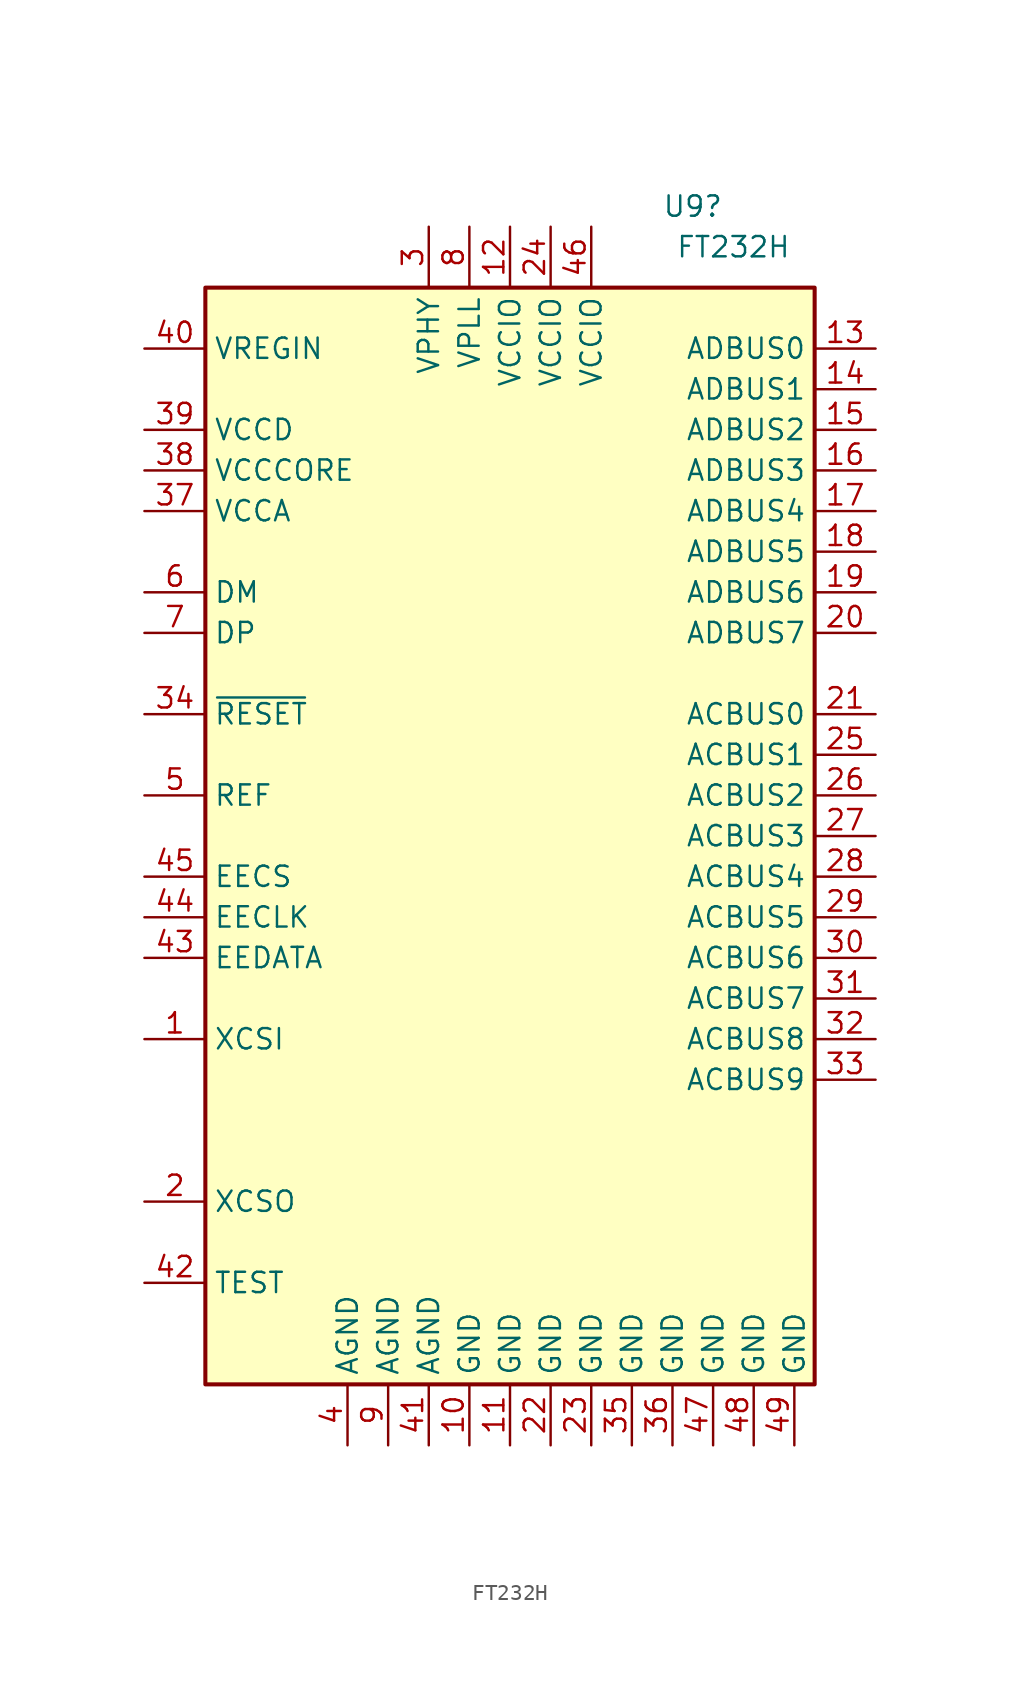
<source format=kicad_sym>
(kicad_symbol_lib
  (version 20231120)
  (generator "kicad_symbol_editor")
  (generator_version "8.0")
  (symbol "FT232H"
    (property "Reference" "U9"
      (at 11.43 39.37 0)
      (effects (font (size 1.27 1.27))))
    (property "Value" "FT232H"
      (at 13.97 36.83 0)
      (effects (font (size 1.27 1.27))))
    (symbol "FT232H_0_1"
      (rectangle (start -19.05 34.29) (end 19.05 -34.29) (stroke (width 0.254) (type default)) (fill (type background))))
    (symbol "FT232H_1_1"
      (pin input line (at -22.86 -12.7 0) (length 3.81) (name "XCSI" (effects (font (size 1.27 1.27)))) (number "1" (effects (font (size 1.27 1.27)))))
      (pin power_in line (at -2.54 -38.1 90) (length 3.81) (name "GND" (effects (font (size 1.27 1.27)))) (number "10" (effects (font (size 1.27 1.27)))))
      (pin power_in line (at 0 -38.1 90) (length 3.81) (name "GND" (effects (font (size 1.27 1.27)))) (number "11" (effects (font (size 1.27 1.27)))))
      (pin power_in line (at 0 38.1 270) (length 3.81) (name "VCCIO" (effects (font (size 1.27 1.27)))) (number "12" (effects (font (size 1.27 1.27)))))
      (pin bidirectional line (at 22.86 30.48 180) (length 3.81) (name "ADBUS0" (effects (font (size 1.27 1.27)))) (number "13" (effects (font (size 1.27 1.27)))))
      (pin bidirectional line (at 22.86 27.94 180) (length 3.81) (name "ADBUS1" (effects (font (size 1.27 1.27)))) (number "14" (effects (font (size 1.27 1.27)))))
      (pin bidirectional line (at 22.86 25.4 180) (length 3.81) (name "ADBUS2" (effects (font (size 1.27 1.27)))) (number "15" (effects (font (size 1.27 1.27)))))
      (pin bidirectional line (at 22.86 22.86 180) (length 3.81) (name "ADBUS3" (effects (font (size 1.27 1.27)))) (number "16" (effects (font (size 1.27 1.27)))))
      (pin bidirectional line (at 22.86 20.32 180) (length 3.81) (name "ADBUS4" (effects (font (size 1.27 1.27)))) (number "17" (effects (font (size 1.27 1.27)))))
      (pin bidirectional line (at 22.86 17.78 180) (length 3.81) (name "ADBUS5" (effects (font (size 1.27 1.27)))) (number "18" (effects (font (size 1.27 1.27)))))
      (pin bidirectional line (at 22.86 15.24 180) (length 3.81) (name "ADBUS6" (effects (font (size 1.27 1.27)))) (number "19" (effects (font (size 1.27 1.27)))))
      (pin output line (at -22.86 -22.86 0) (length 3.81) (name "XCSO" (effects (font (size 1.27 1.27)))) (number "2" (effects (font (size 1.27 1.27)))))
      (pin bidirectional line (at 22.86 12.7 180) (length 3.81) (name "ADBUS7" (effects (font (size 1.27 1.27)))) (number "20" (effects (font (size 1.27 1.27)))))
      (pin bidirectional line (at 22.86 7.62 180) (length 3.81) (name "ACBUS0" (effects (font (size 1.27 1.27)))) (number "21" (effects (font (size 1.27 1.27)))))
      (pin power_in line (at 2.54 -38.1 90) (length 3.81) (name "GND" (effects (font (size 1.27 1.27)))) (number "22" (effects (font (size 1.27 1.27)))))
      (pin power_in line (at 5.08 -38.1 90) (length 3.81) (name "GND" (effects (font (size 1.27 1.27)))) (number "23" (effects (font (size 1.27 1.27)))))
      (pin power_in line (at 2.54 38.1 270) (length 3.81) (name "VCCIO" (effects (font (size 1.27 1.27)))) (number "24" (effects (font (size 1.27 1.27)))))
      (pin bidirectional line (at 22.86 5.08 180) (length 3.81) (name "ACBUS1" (effects (font (size 1.27 1.27)))) (number "25" (effects (font (size 1.27 1.27)))))
      (pin bidirectional line (at 22.86 2.54 180) (length 3.81) (name "ACBUS2" (effects (font (size 1.27 1.27)))) (number "26" (effects (font (size 1.27 1.27)))))
      (pin bidirectional line (at 22.86 0 180) (length 3.81) (name "ACBUS3" (effects (font (size 1.27 1.27)))) (number "27" (effects (font (size 1.27 1.27)))))
      (pin bidirectional line (at 22.86 -2.54 180) (length 3.81) (name "ACBUS4" (effects (font (size 1.27 1.27)))) (number "28" (effects (font (size 1.27 1.27)))))
      (pin bidirectional line (at 22.86 -5.08 180) (length 3.81) (name "ACBUS5" (effects (font (size 1.27 1.27)))) (number "29" (effects (font (size 1.27 1.27)))))
      (pin power_in line (at -5.08 38.1 270) (length 3.81) (name "VPHY" (effects (font (size 1.27 1.27)))) (number "3" (effects (font (size 1.27 1.27)))))
      (pin bidirectional line (at 22.86 -7.62 180) (length 3.81) (name "ACBUS6" (effects (font (size 1.27 1.27)))) (number "30" (effects (font (size 1.27 1.27)))))
      (pin bidirectional line (at 22.86 -10.16 180) (length 3.81) (name "ACBUS7" (effects (font (size 1.27 1.27)))) (number "31" (effects (font (size 1.27 1.27)))))
      (pin bidirectional line (at 22.86 -12.7 180) (length 3.81) (name "ACBUS8" (effects (font (size 1.27 1.27)))) (number "32" (effects (font (size 1.27 1.27)))))
      (pin bidirectional line (at 22.86 -15.24 180) (length 3.81) (name "ACBUS9" (effects (font (size 1.27 1.27)))) (number "33" (effects (font (size 1.27 1.27)))))
      (pin input line (at -22.86 7.62 0) (length 3.81) (name "~{RESET}" (effects (font (size 1.27 1.27)))) (number "34" (effects (font (size 1.27 1.27)))))
      (pin power_in line (at 7.62 -38.1 90) (length 3.81) (name "GND" (effects (font (size 1.27 1.27)))) (number "35" (effects (font (size 1.27 1.27)))))
      (pin power_in line (at 10.16 -38.1 90) (length 3.81) (name "GND" (effects (font (size 1.27 1.27)))) (number "36" (effects (font (size 1.27 1.27)))))
      (pin power_out line (at -22.86 20.32 0) (length 3.81) (name "VCCA" (effects (font (size 1.27 1.27)))) (number "37" (effects (font (size 1.27 1.27)))))
      (pin power_out line (at -22.86 22.86 0) (length 3.81) (name "VCCCORE" (effects (font (size 1.27 1.27)))) (number "38" (effects (font (size 1.27 1.27)))))
      (pin power_in line (at -22.86 25.4 0) (length 3.81) (name "VCCD" (effects (font (size 1.27 1.27)))) (number "39" (effects (font (size 1.27 1.27)))))
      (pin power_in line (at -10.16 -38.1 90) (length 3.81) (name "AGND" (effects (font (size 1.27 1.27)))) (number "4" (effects (font (size 1.27 1.27)))))
      (pin power_in line (at -22.86 30.48 0) (length 3.81) (name "VREGIN" (effects (font (size 1.27 1.27)))) (number "40" (effects (font (size 1.27 1.27)))))
      (pin power_in line (at -5.08 -38.1 90) (length 3.81) (name "AGND" (effects (font (size 1.27 1.27)))) (number "41" (effects (font (size 1.27 1.27)))))
      (pin input line (at -22.86 -27.94 0) (length 3.81) (name "TEST" (effects (font (size 1.27 1.27)))) (number "42" (effects (font (size 1.27 1.27)))))
      (pin bidirectional line (at -22.86 -7.62 0) (length 3.81) (name "EEDATA" (effects (font (size 1.27 1.27)))) (number "43" (effects (font (size 1.27 1.27)))))
      (pin input line (at -22.86 -5.08 0) (length 3.81) (name "EECLK" (effects (font (size 1.27 1.27)))) (number "44" (effects (font (size 1.27 1.27)))))
      (pin input line (at -22.86 -2.54 0) (length 3.81) (name "EECS" (effects (font (size 1.27 1.27)))) (number "45" (effects (font (size 1.27 1.27)))))
      (pin power_in line (at 5.08 38.1 270) (length 3.81) (name "VCCIO" (effects (font (size 1.27 1.27)))) (number "46" (effects (font (size 1.27 1.27)))))
      (pin power_in line (at 12.7 -38.1 90) (length 3.81) (name "GND" (effects (font (size 1.27 1.27)))) (number "47" (effects (font (size 1.27 1.27)))))
      (pin power_in line (at 15.24 -38.1 90) (length 3.81) (name "GND" (effects (font (size 1.27 1.27)))) (number "48" (effects (font (size 1.27 1.27)))))
      (pin power_in line (at 17.78 -38.1 90) (length 3.81) (name "GND" (effects (font (size 1.27 1.27)))) (number "49" (effects (font (size 1.27 1.27)))))
      (pin input line (at -22.86 2.54 0) (length 3.81) (name "REF" (effects (font (size 1.27 1.27)))) (number "5" (effects (font (size 1.27 1.27)))))
      (pin bidirectional line (at -22.86 15.24 0) (length 3.81) (name "DM" (effects (font (size 1.27 1.27)))) (number "6" (effects (font (size 1.27 1.27)))))
      (pin bidirectional line (at -22.86 12.7 0) (length 3.81) (name "DP" (effects (font (size 1.27 1.27)))) (number "7" (effects (font (size 1.27 1.27)))))
      (pin power_in line (at -2.54 38.1 270) (length 3.81) (name "VPLL" (effects (font (size 1.27 1.27)))) (number "8" (effects (font (size 1.27 1.27)))))
      (pin power_in line (at -7.62 -38.1 90) (length 3.81) (name "AGND" (effects (font (size 1.27 1.27)))) (number "9" (effects (font (size 1.27 1.27))))))))
</source>
